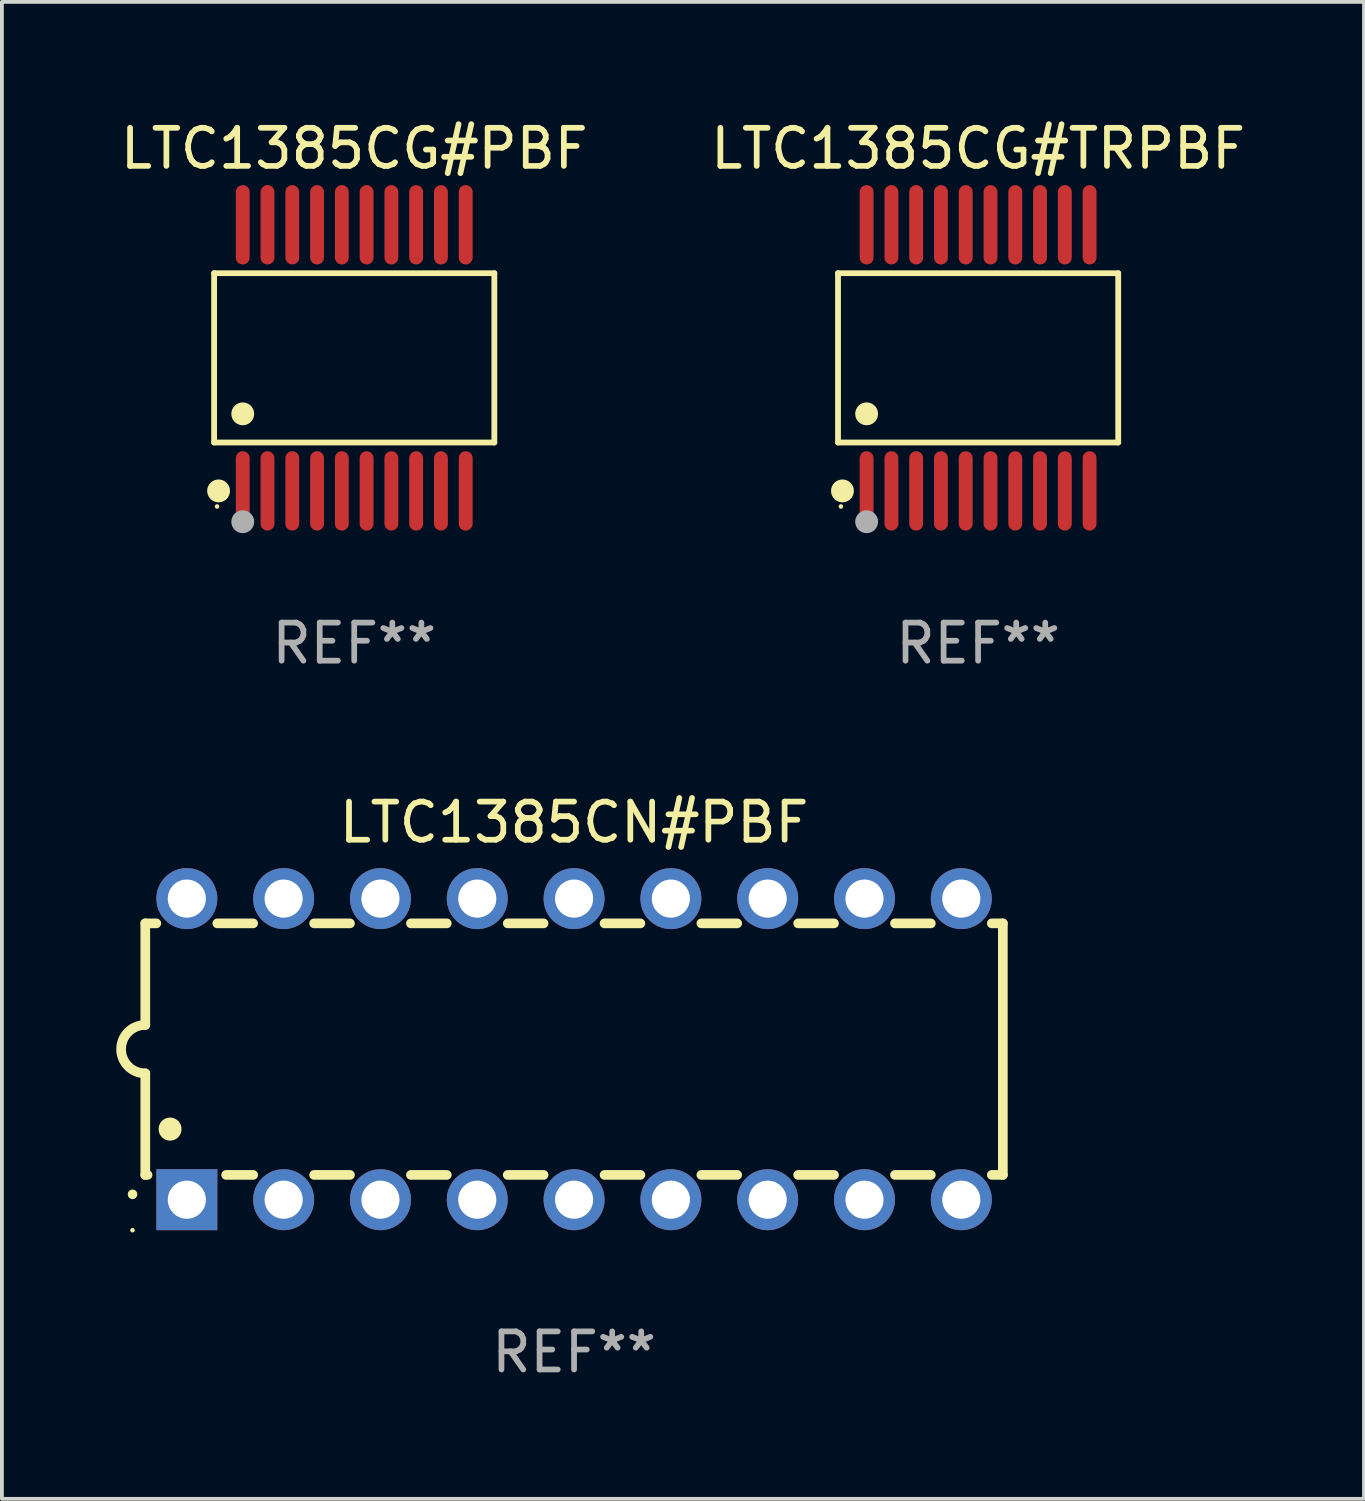
<source format=kicad_pcb>
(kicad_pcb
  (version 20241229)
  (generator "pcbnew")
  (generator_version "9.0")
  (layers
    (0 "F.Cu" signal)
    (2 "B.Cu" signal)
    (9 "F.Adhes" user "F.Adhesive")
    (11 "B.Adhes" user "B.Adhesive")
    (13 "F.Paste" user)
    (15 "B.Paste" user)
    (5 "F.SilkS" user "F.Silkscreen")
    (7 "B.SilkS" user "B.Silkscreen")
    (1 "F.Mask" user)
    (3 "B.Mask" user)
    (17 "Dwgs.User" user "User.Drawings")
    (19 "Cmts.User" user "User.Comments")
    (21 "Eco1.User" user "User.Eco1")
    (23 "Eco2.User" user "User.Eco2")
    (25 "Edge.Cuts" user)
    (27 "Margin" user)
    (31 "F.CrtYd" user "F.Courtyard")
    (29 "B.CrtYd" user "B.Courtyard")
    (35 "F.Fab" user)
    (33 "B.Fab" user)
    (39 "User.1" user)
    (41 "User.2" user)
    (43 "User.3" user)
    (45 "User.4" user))
  (footprint "LTC1385CG#TRPBF"
    (layer "F.Cu")
    (at 22.613 6.339)
    (property "Reference" "LTC1385CG#TRPBF" (at 0 -5.491 0) (layer "F.SilkS") (effects (font (size 1 1) (thickness 0.15))))
    (attr through_hole)
    (fp_line (start -3.676 -2.221) (end 3.676 -2.221) (stroke (width 0.152) (type solid)) (layer "F.SilkS"))
    (fp_line (start -3.676 2.221) (end -3.676 -2.221) (stroke (width 0.152) (type solid)) (layer "F.SilkS"))
    (fp_line (start 3.676 -2.221) (end 3.676 2.221) (stroke (width 0.152) (type solid)) (layer "F.SilkS"))
    (fp_line (start 3.676 2.221) (end -3.676 2.221) (stroke (width 0.152) (type solid)) (layer "F.SilkS"))
    (fp_circle (center -3.6 3.9) (end -3.57 3.9) (stroke (width 0.06) (type solid)) (fill no) (layer "F.SilkS"))
    (fp_circle (center -3.559 3.491) (end -3.409 3.491) (stroke (width 0.3) (type solid)) (fill no) (layer "F.SilkS"))
    (fp_circle (center -2.925 1.469) (end -2.775 1.469) (stroke (width 0.3) (type solid)) (fill no) (layer "F.SilkS"))
    (fp_circle (center -2.925 4.3) (end -2.775 4.3) (stroke (width 0.3) (type solid)) (fill no) (layer "F.Fab"))
    (fp_text user "REF**" (at 0 7.491 0) (layer "F.Fab") (effects (font (size 1 1) (thickness 0.15))))
    (pad "1" smd oval (at -2.925 3.491) (size 0.364 2.082) (layers "F.Cu" "F.Mask" "F.Paste"))
    (pad "2" smd oval (at -2.275 3.491) (size 0.364 2.082) (layers "F.Cu" "F.Mask" "F.Paste"))
    (pad "3" smd oval (at -1.625 3.491) (size 0.364 2.082) (layers "F.Cu" "F.Mask" "F.Paste"))
    (pad "4" smd oval (at -0.975 3.491) (size 0.364 2.082) (layers "F.Cu" "F.Mask" "F.Paste"))
    (pad "5" smd oval (at -0.325 3.491) (size 0.364 2.082) (layers "F.Cu" "F.Mask" "F.Paste"))
    (pad "6" smd oval (at 0.325 3.491) (size 0.364 2.082) (layers "F.Cu" "F.Mask" "F.Paste"))
    (pad "7" smd oval (at 0.975 3.491) (size 0.364 2.082) (layers "F.Cu" "F.Mask" "F.Paste"))
    (pad "8" smd oval (at 1.625 3.491) (size 0.364 2.082) (layers "F.Cu" "F.Mask" "F.Paste"))
    (pad "9" smd oval (at 2.275 3.491) (size 0.364 2.082) (layers "F.Cu" "F.Mask" "F.Paste"))
    (pad "10" smd oval (at 2.925 3.491) (size 0.364 2.082) (layers "F.Cu" "F.Mask" "F.Paste"))
    (pad "11" smd oval (at 2.925 -3.491) (size 0.364 2.082) (layers "F.Cu" "F.Mask" "F.Paste"))
    (pad "12" smd oval (at 2.275 -3.491) (size 0.364 2.082) (layers "F.Cu" "F.Mask" "F.Paste"))
    (pad "13" smd oval (at 1.625 -3.491) (size 0.364 2.082) (layers "F.Cu" "F.Mask" "F.Paste"))
    (pad "14" smd oval (at 0.975 -3.491) (size 0.364 2.082) (layers "F.Cu" "F.Mask" "F.Paste"))
    (pad "15" smd oval (at 0.325 -3.491) (size 0.364 2.082) (layers "F.Cu" "F.Mask" "F.Paste"))
    (pad "16" smd oval (at -0.325 -3.491) (size 0.364 2.082) (layers "F.Cu" "F.Mask" "F.Paste"))
    (pad "17" smd oval (at -0.975 -3.491) (size 0.364 2.082) (layers "F.Cu" "F.Mask" "F.Paste"))
    (pad "18" smd oval (at -1.625 -3.491) (size 0.364 2.082) (layers "F.Cu" "F.Mask" "F.Paste"))
    (pad "19" smd oval (at -2.275 -3.491) (size 0.364 2.082) (layers "F.Cu" "F.Mask" "F.Paste"))
    (pad "20" smd oval (at -2.925 -3.491) (size 0.364 2.082) (layers "F.Cu" "F.Mask" "F.Paste")))
  (footprint "LTC1385CN#PBF"
    (layer "F.Cu")
    (at 12.012 24.477)
    (property "Reference" "LTC1385CN#PBF" (at 0 -5.95 0) (layer "F.SilkS") (effects (font (size 1 1) (thickness 0.15))))
    (attr through_hole)
    (fp_line (start -11.25 -3.3) (end -11.25 -0.635) (stroke (width 0.254) (type solid)) (layer "F.SilkS"))
    (fp_line (start -11.25 -3.3) (end -10.96 -3.3) (stroke (width 0.254) (type solid)) (layer "F.SilkS"))
    (fp_line (start -11.25 3.3) (end -11.25 0.635) (stroke (width 0.254) (type solid)) (layer "F.SilkS"))
    (fp_line (start -11.25 3.3) (end -11.191 3.3) (stroke (width 0.254) (type solid)) (layer "F.SilkS"))
    (fp_line (start -9.36 -3.3) (end -8.42 -3.3) (stroke (width 0.254) (type solid)) (layer "F.SilkS"))
    (fp_line (start -9.129 3.3) (end -8.42 3.3) (stroke (width 0.254) (type solid)) (layer "F.SilkS"))
    (fp_line (start -6.82 -3.3) (end -5.88 -3.3) (stroke (width 0.254) (type solid)) (layer "F.SilkS"))
    (fp_line (start -6.82 3.3) (end -5.88 3.3) (stroke (width 0.254) (type solid)) (layer "F.SilkS"))
    (fp_line (start -4.28 -3.3) (end -3.34 -3.3) (stroke (width 0.254) (type solid)) (layer "F.SilkS"))
    (fp_line (start -4.28 3.3) (end -3.34 3.3) (stroke (width 0.254) (type solid)) (layer "F.SilkS"))
    (fp_line (start -1.74 -3.3) (end -0.8 -3.3) (stroke (width 0.254) (type solid)) (layer "F.SilkS"))
    (fp_line (start -1.74 3.3) (end -0.8 3.3) (stroke (width 0.254) (type solid)) (layer "F.SilkS"))
    (fp_line (start 0.8 -3.3) (end 1.74 -3.3) (stroke (width 0.254) (type solid)) (layer "F.SilkS"))
    (fp_line (start 0.8 3.3) (end 1.74 3.3) (stroke (width 0.254) (type solid)) (layer "F.SilkS"))
    (fp_line (start 3.34 -3.3) (end 4.28 -3.3) (stroke (width 0.254) (type solid)) (layer "F.SilkS"))
    (fp_line (start 3.34 3.3) (end 4.28 3.3) (stroke (width 0.254) (type solid)) (layer "F.SilkS"))
    (fp_line (start 5.88 -3.3) (end 6.82 -3.3) (stroke (width 0.254) (type solid)) (layer "F.SilkS"))
    (fp_line (start 5.88 3.3) (end 6.82 3.3) (stroke (width 0.254) (type solid)) (layer "F.SilkS"))
    (fp_line (start 8.42 -3.3) (end 9.36 -3.3) (stroke (width 0.254) (type solid)) (layer "F.SilkS"))
    (fp_line (start 8.42 3.3) (end 9.36 3.3) (stroke (width 0.254) (type solid)) (layer "F.SilkS"))
    (fp_line (start 10.96 -3.3) (end 11.25 -3.3) (stroke (width 0.254) (type solid)) (layer "F.SilkS"))
    (fp_line (start 10.96 3.3) (end 11.25 3.3) (stroke (width 0.254) (type solid)) (layer "F.SilkS"))
    (fp_line (start 11.25 -3.3) (end 11.25 3.3) (stroke (width 0.254) (type solid)) (layer "F.SilkS"))
    (fp_arc (start -11.584963 3.810008) (mid -11.58497 3.808738) (end -11.584963 3.807468) (stroke (width 0.25) (type solid)) (layer "F.SilkS"))
    (fp_arc (start -11.250013 0.635001) (mid -11.884684 -0.000165) (end -11.249683 -0.635001) (stroke (width 0.254001) (type solid)) (layer "F.SilkS"))
    (fp_arc (start -10.600025 2.1) (mid -10.600036 2.09746) (end -10.600025 2.09492) (stroke (width 0.6) (type solid)) (layer "F.SilkS"))
    (fp_circle (center -11.585 4.75) (end -11.555 4.75) (stroke (width 0.06) (type solid)) (fill no) (layer "F.SilkS"))
    (fp_text user "REF**" (at 0 7.95 0) (layer "F.Fab") (effects (font (size 1 1) (thickness 0.15))))
    (pad "1" thru_hole rect (at -10.16 3.95 90) (size 1.6 1.6) (drill 1) (layers "*.Cu" "*.Mask"))
    (pad "2" thru_hole circle (at -7.62 3.95 90) (size 1.6 1.6) (drill 1) (layers "*.Cu" "*.Mask"))
    (pad "3" thru_hole circle (at -5.08 3.95 90) (size 1.6 1.6) (drill 1) (layers "*.Cu" "*.Mask"))
    (pad "4" thru_hole circle (at -2.54 3.95 90) (size 1.6 1.6) (drill 1) (layers "*.Cu" "*.Mask"))
    (pad "5" thru_hole circle (at 0 3.95 90) (size 1.6 1.6) (drill 1) (layers "*.Cu" "*.Mask"))
    (pad "6" thru_hole circle (at 2.54 3.95 90) (size 1.6 1.6) (drill 1) (layers "*.Cu" "*.Mask"))
    (pad "7" thru_hole circle (at 5.08 3.95 90) (size 1.6 1.6) (drill 1) (layers "*.Cu" "*.Mask"))
    (pad "8" thru_hole circle (at 7.62 3.95 90) (size 1.6 1.6) (drill 1) (layers "*.Cu" "*.Mask"))
    (pad "9" thru_hole circle (at 10.16 3.95 90) (size 1.6 1.6) (drill 1) (layers "*.Cu" "*.Mask"))
    (pad "10" thru_hole circle (at 10.16 -3.95 90) (size 1.6 1.6) (drill 1) (layers "*.Cu" "*.Mask"))
    (pad "11" thru_hole circle (at 7.62 -3.95 90) (size 1.6 1.6) (drill 1) (layers "*.Cu" "*.Mask"))
    (pad "12" thru_hole circle (at 5.08 -3.95 90) (size 1.6 1.6) (drill 1) (layers "*.Cu" "*.Mask"))
    (pad "13" thru_hole circle (at 2.54 -3.95 90) (size 1.6 1.6) (drill 1) (layers "*.Cu" "*.Mask"))
    (pad "14" thru_hole circle (at 0 -3.95 90) (size 1.6 1.6) (drill 1) (layers "*.Cu" "*.Mask"))
    (pad "15" thru_hole circle (at -2.54 -3.95 90) (size 1.6 1.6) (drill 1) (layers "*.Cu" "*.Mask"))
    (pad "16" thru_hole circle (at -5.08 -3.95 90) (size 1.6 1.6) (drill 1) (layers "*.Cu" "*.Mask"))
    (pad "17" thru_hole circle (at -7.62 -3.95 90) (size 1.6 1.6) (drill 1) (layers "*.Cu" "*.Mask"))
    (pad "18" thru_hole circle (at -10.16 -3.95 90) (size 1.6 1.6) (drill 1) (layers "*.Cu" "*.Mask")))
  (footprint "LTC1385CG#PBF"
    (layer "F.Cu")
    (at 6.244 6.339)
    (property "Reference" "LTC1385CG#PBF" (at 0 -5.491 0) (layer "F.SilkS") (effects (font (size 1 1) (thickness 0.15))))
    (attr through_hole)
    (fp_line (start -3.676 -2.221) (end 3.676 -2.221) (stroke (width 0.152) (type solid)) (layer "F.SilkS"))
    (fp_line (start -3.676 2.221) (end -3.676 -2.221) (stroke (width 0.152) (type solid)) (layer "F.SilkS"))
    (fp_line (start 3.676 -2.221) (end 3.676 2.221) (stroke (width 0.152) (type solid)) (layer "F.SilkS"))
    (fp_line (start 3.676 2.221) (end -3.676 2.221) (stroke (width 0.152) (type solid)) (layer "F.SilkS"))
    (fp_circle (center -3.6 3.9) (end -3.57 3.9) (stroke (width 0.06) (type solid)) (fill no) (layer "F.SilkS"))
    (fp_circle (center -3.559 3.491) (end -3.409 3.491) (stroke (width 0.3) (type solid)) (fill no) (layer "F.SilkS"))
    (fp_circle (center -2.925 1.469) (end -2.775 1.469) (stroke (width 0.3) (type solid)) (fill no) (layer "F.SilkS"))
    (fp_circle (center -2.925 4.3) (end -2.775 4.3) (stroke (width 0.3) (type solid)) (fill no) (layer "F.Fab"))
    (fp_text user "REF**" (at 0 7.491 0) (layer "F.Fab") (effects (font (size 1 1) (thickness 0.15))))
    (pad "1" smd oval (at -2.925 3.491) (size 0.364 2.082) (layers "F.Cu" "F.Mask" "F.Paste"))
    (pad "2" smd oval (at -2.275 3.491) (size 0.364 2.082) (layers "F.Cu" "F.Mask" "F.Paste"))
    (pad "3" smd oval (at -1.625 3.491) (size 0.364 2.082) (layers "F.Cu" "F.Mask" "F.Paste"))
    (pad "4" smd oval (at -0.975 3.491) (size 0.364 2.082) (layers "F.Cu" "F.Mask" "F.Paste"))
    (pad "5" smd oval (at -0.325 3.491) (size 0.364 2.082) (layers "F.Cu" "F.Mask" "F.Paste"))
    (pad "6" smd oval (at 0.325 3.491) (size 0.364 2.082) (layers "F.Cu" "F.Mask" "F.Paste"))
    (pad "7" smd oval (at 0.975 3.491) (size 0.364 2.082) (layers "F.Cu" "F.Mask" "F.Paste"))
    (pad "8" smd oval (at 1.625 3.491) (size 0.364 2.082) (layers "F.Cu" "F.Mask" "F.Paste"))
    (pad "9" smd oval (at 2.275 3.491) (size 0.364 2.082) (layers "F.Cu" "F.Mask" "F.Paste"))
    (pad "10" smd oval (at 2.925 3.491) (size 0.364 2.082) (layers "F.Cu" "F.Mask" "F.Paste"))
    (pad "11" smd oval (at 2.925 -3.491) (size 0.364 2.082) (layers "F.Cu" "F.Mask" "F.Paste"))
    (pad "12" smd oval (at 2.275 -3.491) (size 0.364 2.082) (layers "F.Cu" "F.Mask" "F.Paste"))
    (pad "13" smd oval (at 1.625 -3.491) (size 0.364 2.082) (layers "F.Cu" "F.Mask" "F.Paste"))
    (pad "14" smd oval (at 0.975 -3.491) (size 0.364 2.082) (layers "F.Cu" "F.Mask" "F.Paste"))
    (pad "15" smd oval (at 0.325 -3.491) (size 0.364 2.082) (layers "F.Cu" "F.Mask" "F.Paste"))
    (pad "16" smd oval (at -0.325 -3.491) (size 0.364 2.082) (layers "F.Cu" "F.Mask" "F.Paste"))
    (pad "17" smd oval (at -0.975 -3.491) (size 0.364 2.082) (layers "F.Cu" "F.Mask" "F.Paste"))
    (pad "18" smd oval (at -1.625 -3.491) (size 0.364 2.082) (layers "F.Cu" "F.Mask" "F.Paste"))
    (pad "19" smd oval (at -2.275 -3.491) (size 0.364 2.082) (layers "F.Cu" "F.Mask" "F.Paste"))
    (pad "20" smd oval (at -2.925 -3.491) (size 0.364 2.082) (layers "F.Cu" "F.Mask" "F.Paste")))
  (gr_rect
    (start -3 -3)
    (end 32.738 36.275)
    (stroke (width 0.1) (type default))
    (fill no)
    (layer "Edge.Cuts")))
</source>
